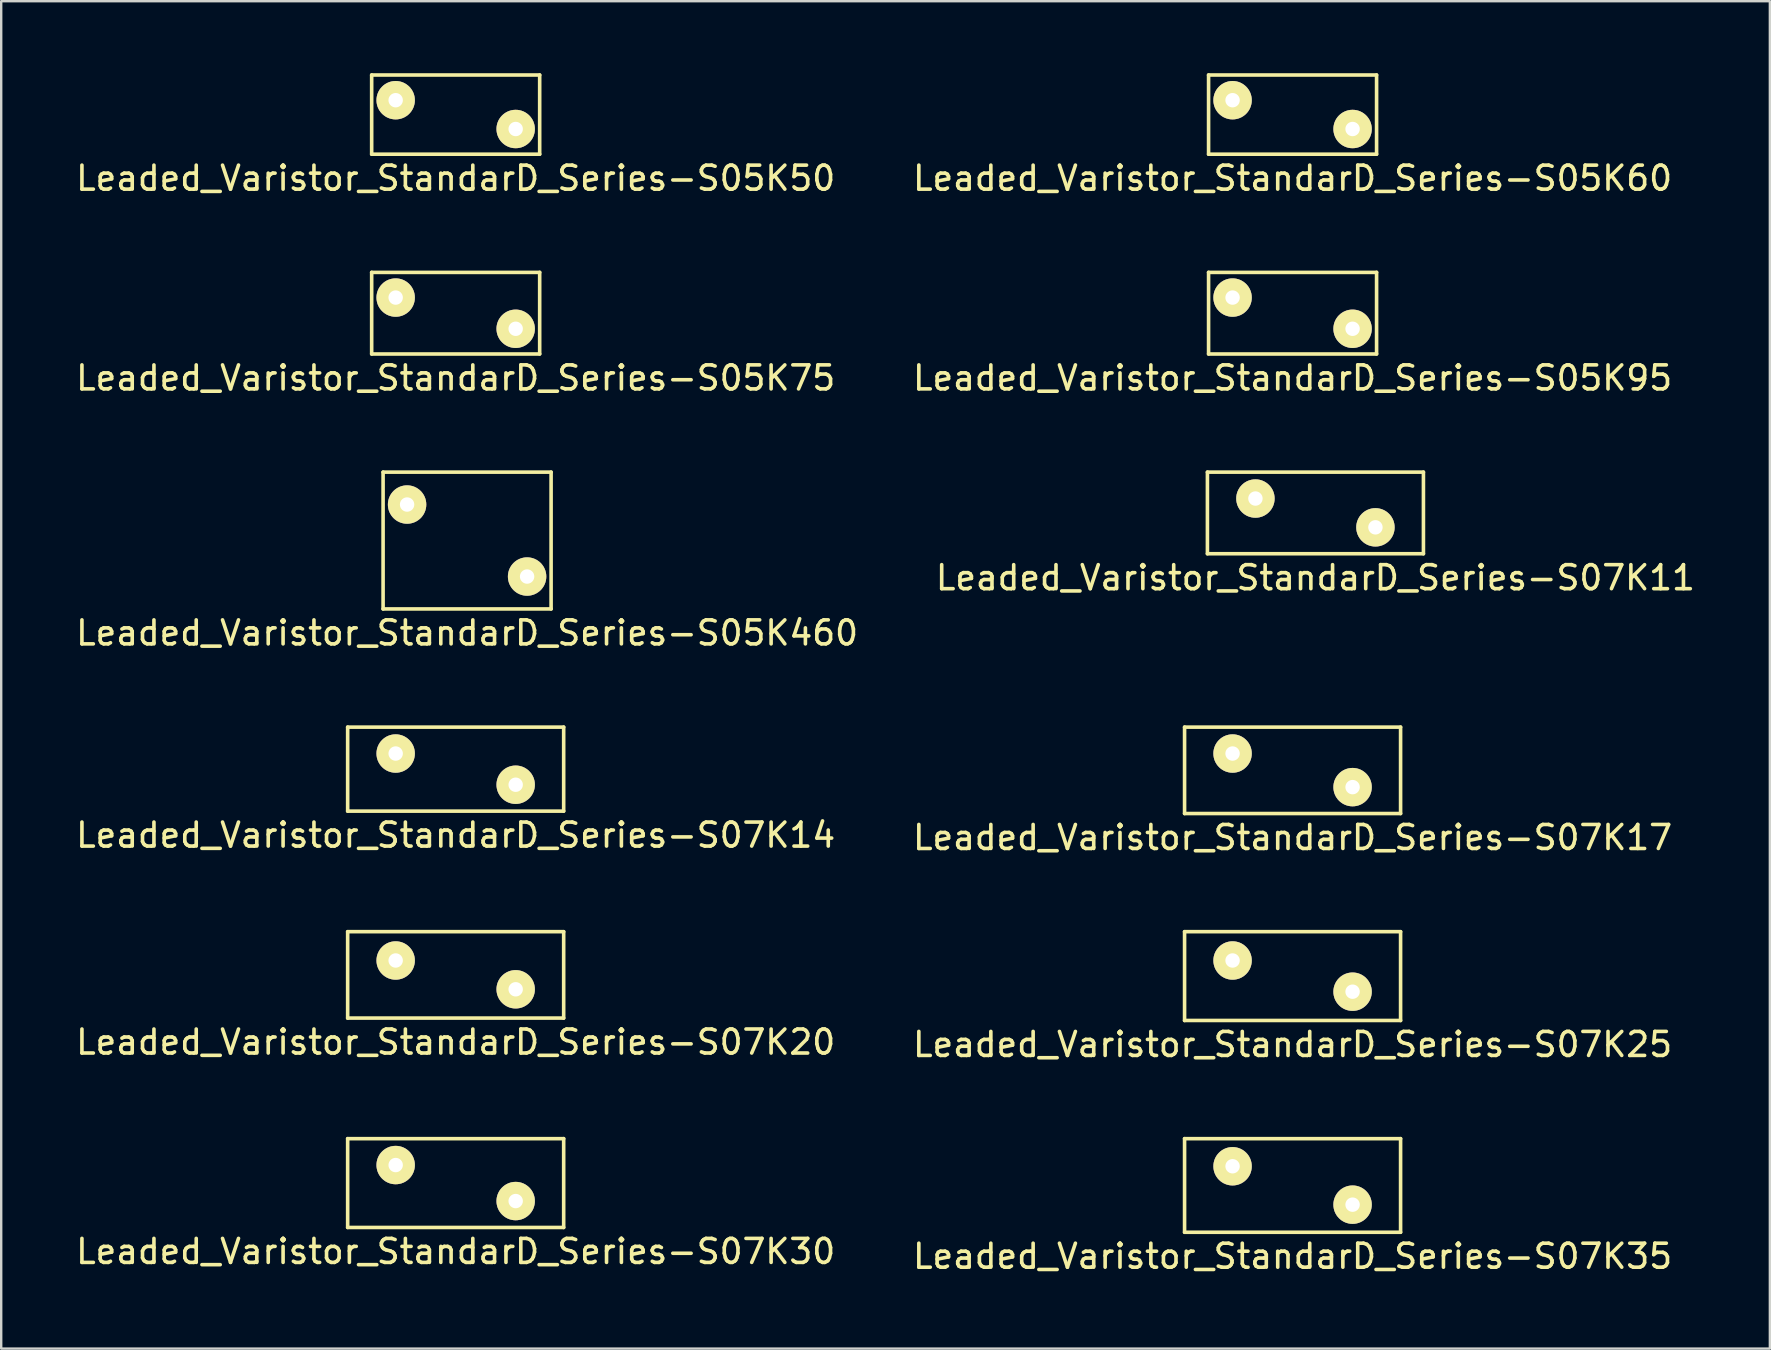
<source format=kicad_pcb>
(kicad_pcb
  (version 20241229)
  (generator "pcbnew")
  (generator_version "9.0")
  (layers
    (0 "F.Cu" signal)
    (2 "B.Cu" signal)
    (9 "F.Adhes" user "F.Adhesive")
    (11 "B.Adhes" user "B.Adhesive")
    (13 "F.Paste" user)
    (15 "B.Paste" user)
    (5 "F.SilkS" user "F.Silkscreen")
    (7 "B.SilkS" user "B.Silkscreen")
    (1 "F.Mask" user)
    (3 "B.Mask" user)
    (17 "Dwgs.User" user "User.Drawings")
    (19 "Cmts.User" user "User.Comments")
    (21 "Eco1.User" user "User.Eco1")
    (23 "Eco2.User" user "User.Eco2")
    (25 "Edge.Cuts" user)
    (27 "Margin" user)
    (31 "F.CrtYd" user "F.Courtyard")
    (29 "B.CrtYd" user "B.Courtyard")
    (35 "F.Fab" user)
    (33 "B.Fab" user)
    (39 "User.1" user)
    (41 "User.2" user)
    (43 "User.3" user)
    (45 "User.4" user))
  (footprint "Leaded_Varistor_StandarD_Series-S07K35"
    (layer "F.Cu")
    (at 48.304 45.541)
    (property "Reference" "Leaded_Varistor_StandarD_Series-S07K35" (at 2.5 3.75 0) (layer "F.SilkS") (effects (font (size 1 1) (thickness 0.15))))
    (attr through_hole)
    (fp_line (start -2 -1.15) (end -2 2.75) (stroke (width 0.15) (type solid)) (layer "F.SilkS"))
    (fp_line (start -2 -1.15) (end 7 -1.15) (stroke (width 0.15) (type solid)) (layer "F.SilkS"))
    (fp_line (start -2 2.75) (end 7 2.75) (stroke (width 0.15) (type solid)) (layer "F.SilkS"))
    (fp_line (start 7 -1.15) (end 7 2.75) (stroke (width 0.15) (type solid)) (layer "F.SilkS"))
    (pad "1" thru_hole circle (at 0 0) (size 1.6 1.6) (drill 0.6) (layers "*.Cu" "*.Mask" "F.SilkS"))
    (pad "2" thru_hole circle (at 5 1.6) (size 1.6 1.6) (drill 0.6) (layers "*.Cu" "*.Mask" "F.SilkS")))
  (footprint "Leaded_Varistor_StandarD_Series-S05K50"
    (layer "F.Cu")
    (at 13.435 1.125)
    (property "Reference" "Leaded_Varistor_StandarD_Series-S05K50" (at 2.5 3.25 0) (layer "F.SilkS") (effects (font (size 1 1) (thickness 0.15))))
    (attr through_hole)
    (fp_line (start -1 -1.05) (end -1 2.25) (stroke (width 0.15) (type solid)) (layer "F.SilkS"))
    (fp_line (start -1 -1.05) (end 6 -1.05) (stroke (width 0.15) (type solid)) (layer "F.SilkS"))
    (fp_line (start -1 2.25) (end 6 2.25) (stroke (width 0.15) (type solid)) (layer "F.SilkS"))
    (fp_line (start 6 -1.05) (end 6 2.25) (stroke (width 0.15) (type solid)) (layer "F.SilkS"))
    (pad "1" thru_hole circle (at 0 0) (size 1.6 1.6) (drill 0.6) (layers "*.Cu" "*.Mask" "F.SilkS"))
    (pad "2" thru_hole circle (at 5 1.2) (size 1.6 1.6) (drill 0.6) (layers "*.Cu" "*.Mask" "F.SilkS")))
  (footprint "Leaded_Varistor_StandarD_Series-S07K25"
    (layer "F.Cu")
    (at 48.304 36.968)
    (property "Reference" "Leaded_Varistor_StandarD_Series-S07K25" (at 2.5 3.5 0) (layer "F.SilkS") (effects (font (size 1 1) (thickness 0.15))))
    (attr through_hole)
    (fp_line (start -2 -1.2) (end -2 2.5) (stroke (width 0.15) (type solid)) (layer "F.SilkS"))
    (fp_line (start -2 -1.2) (end 7 -1.2) (stroke (width 0.15) (type solid)) (layer "F.SilkS"))
    (fp_line (start -2 2.5) (end 7 2.5) (stroke (width 0.15) (type solid)) (layer "F.SilkS"))
    (fp_line (start 7 -1.2) (end 7 2.5) (stroke (width 0.15) (type solid)) (layer "F.SilkS"))
    (pad "1" thru_hole circle (at 0 0) (size 1.6 1.6) (drill 0.6) (layers "*.Cu" "*.Mask" "F.SilkS"))
    (pad "2" thru_hole circle (at 5 1.3) (size 1.6 1.6) (drill 0.6) (layers "*.Cu" "*.Mask" "F.SilkS")))
  (footprint "Leaded_Varistor_StandarD_Series-S07K11"
    (layer "F.Cu")
    (at 49.256 17.721)
    (property "Reference" "Leaded_Varistor_StandarD_Series-S07K11" (at 2.5 3.3 0) (layer "F.SilkS") (effects (font (size 1 1) (thickness 0.15))))
    (attr through_hole)
    (fp_line (start -2 -1.1) (end -2 2.3) (stroke (width 0.15) (type solid)) (layer "F.SilkS"))
    (fp_line (start -2 -1.1) (end 7 -1.1) (stroke (width 0.15) (type solid)) (layer "F.SilkS"))
    (fp_line (start -2 2.3) (end 7 2.3) (stroke (width 0.15) (type solid)) (layer "F.SilkS"))
    (fp_line (start 7 -1.1) (end 7 2.3) (stroke (width 0.15) (type solid)) (layer "F.SilkS"))
    (pad "1" thru_hole circle (at 0 0) (size 1.6 1.6) (drill 0.6) (layers "*.Cu" "*.Mask" "F.SilkS"))
    (pad "2" thru_hole circle (at 5 1.2) (size 1.6 1.6) (drill 0.6) (layers "*.Cu" "*.Mask" "F.SilkS")))
  (footprint "Leaded_Varistor_StandarD_Series-S05K75"
    (layer "F.Cu")
    (at 13.435 9.348)
    (property "Reference" "Leaded_Varistor_StandarD_Series-S05K75" (at 2.5 3.35 0) (layer "F.SilkS") (effects (font (size 1 1) (thickness 0.15))))
    (attr through_hole)
    (fp_line (start -1 -1.05) (end -1 2.35) (stroke (width 0.15) (type solid)) (layer "F.SilkS"))
    (fp_line (start -1 -1.05) (end 6 -1.05) (stroke (width 0.15) (type solid)) (layer "F.SilkS"))
    (fp_line (start -1 2.35) (end 6 2.35) (stroke (width 0.15) (type solid)) (layer "F.SilkS"))
    (fp_line (start 6 -1.05) (end 6 2.35) (stroke (width 0.15) (type solid)) (layer "F.SilkS"))
    (pad "1" thru_hole circle (at 0 0) (size 1.6 1.6) (drill 0.6) (layers "*.Cu" "*.Mask" "F.SilkS"))
    (pad "2" thru_hole circle (at 5 1.3) (size 1.6 1.6) (drill 0.6) (layers "*.Cu" "*.Mask" "F.SilkS")))
  (footprint "Leaded_Varistor_StandarD_Series-S07K17"
    (layer "F.Cu")
    (at 48.304 28.345)
    (property "Reference" "Leaded_Varistor_StandarD_Series-S07K17" (at 2.5 3.5 0) (layer "F.SilkS") (effects (font (size 1 1) (thickness 0.15))))
    (attr through_hole)
    (fp_line (start -2 -1.1) (end -2 2.5) (stroke (width 0.15) (type solid)) (layer "F.SilkS"))
    (fp_line (start -2 -1.1) (end 7 -1.1) (stroke (width 0.15) (type solid)) (layer "F.SilkS"))
    (fp_line (start -2 2.5) (end 7 2.5) (stroke (width 0.15) (type solid)) (layer "F.SilkS"))
    (fp_line (start 7 -1.1) (end 7 2.5) (stroke (width 0.15) (type solid)) (layer "F.SilkS"))
    (pad "1" thru_hole circle (at 0 0) (size 1.6 1.6) (drill 0.6) (layers "*.Cu" "*.Mask" "F.SilkS"))
    (pad "2" thru_hole circle (at 5 1.4) (size 1.6 1.6) (drill 0.6) (layers "*.Cu" "*.Mask" "F.SilkS")))
  (footprint "Leaded_Varistor_StandarD_Series-S05K60"
    (layer "F.Cu")
    (at 48.304 1.125)
    (property "Reference" "Leaded_Varistor_StandarD_Series-S05K60" (at 2.5 3.25 0) (layer "F.SilkS") (effects (font (size 1 1) (thickness 0.15))))
    (attr through_hole)
    (fp_line (start -1 -1.05) (end -1 2.25) (stroke (width 0.15) (type solid)) (layer "F.SilkS"))
    (fp_line (start -1 -1.05) (end 6 -1.05) (stroke (width 0.15) (type solid)) (layer "F.SilkS"))
    (fp_line (start -1 2.25) (end 6 2.25) (stroke (width 0.15) (type solid)) (layer "F.SilkS"))
    (fp_line (start 6 -1.05) (end 6 2.25) (stroke (width 0.15) (type solid)) (layer "F.SilkS"))
    (pad "1" thru_hole circle (at 0 0) (size 1.6 1.6) (drill 0.6) (layers "*.Cu" "*.Mask" "F.SilkS"))
    (pad "2" thru_hole circle (at 5 1.2) (size 1.6 1.6) (drill 0.6) (layers "*.Cu" "*.Mask" "F.SilkS")))
  (footprint "Leaded_Varistor_StandarD_Series-S07K30"
    (layer "F.Cu")
    (at 13.435 45.491)
    (property "Reference" "Leaded_Varistor_StandarD_Series-S07K30" (at 2.5 3.6 0) (layer "F.SilkS") (effects (font (size 1 1) (thickness 0.15))))
    (attr through_hole)
    (fp_line (start -2 -1.1) (end -2 2.6) (stroke (width 0.15) (type solid)) (layer "F.SilkS"))
    (fp_line (start -2 -1.1) (end 7 -1.1) (stroke (width 0.15) (type solid)) (layer "F.SilkS"))
    (fp_line (start -2 2.6) (end 7 2.6) (stroke (width 0.15) (type solid)) (layer "F.SilkS"))
    (fp_line (start 7 -1.1) (end 7 2.6) (stroke (width 0.15) (type solid)) (layer "F.SilkS"))
    (pad "1" thru_hole circle (at 0 0) (size 1.6 1.6) (drill 0.6) (layers "*.Cu" "*.Mask" "F.SilkS"))
    (pad "2" thru_hole circle (at 5 1.5) (size 1.6 1.6) (drill 0.6) (layers "*.Cu" "*.Mask" "F.SilkS")))
  (footprint "Leaded_Varistor_StandarD_Series-S07K20"
    (layer "F.Cu")
    (at 13.435 36.968)
    (property "Reference" "Leaded_Varistor_StandarD_Series-S07K20" (at 2.5 3.4 0) (layer "F.SilkS") (effects (font (size 1 1) (thickness 0.15))))
    (attr through_hole)
    (fp_line (start -2 -1.2) (end -2 2.4) (stroke (width 0.15) (type solid)) (layer "F.SilkS"))
    (fp_line (start -2 -1.2) (end 7 -1.2) (stroke (width 0.15) (type solid)) (layer "F.SilkS"))
    (fp_line (start -2 2.4) (end 7 2.4) (stroke (width 0.15) (type solid)) (layer "F.SilkS"))
    (fp_line (start 7 -1.2) (end 7 2.4) (stroke (width 0.15) (type solid)) (layer "F.SilkS"))
    (pad "1" thru_hole circle (at 0 0) (size 1.6 1.6) (drill 0.6) (layers "*.Cu" "*.Mask" "F.SilkS"))
    (pad "2" thru_hole circle (at 5 1.2) (size 1.6 1.6) (drill 0.6) (layers "*.Cu" "*.Mask" "F.SilkS")))
  (footprint "Leaded_Varistor_StandarD_Series-S07K14"
    (layer "F.Cu")
    (at 13.435 28.345)
    (property "Reference" "Leaded_Varistor_StandarD_Series-S07K14" (at 2.5 3.4 0) (layer "F.SilkS") (effects (font (size 1 1) (thickness 0.15))))
    (attr through_hole)
    (fp_line (start -2 -1.1) (end -2 2.4) (stroke (width 0.15) (type solid)) (layer "F.SilkS"))
    (fp_line (start -2 -1.1) (end 7 -1.1) (stroke (width 0.15) (type solid)) (layer "F.SilkS"))
    (fp_line (start -2 2.4) (end 7 2.4) (stroke (width 0.15) (type solid)) (layer "F.SilkS"))
    (fp_line (start 7 -1.1) (end 7 2.4) (stroke (width 0.15) (type solid)) (layer "F.SilkS"))
    (pad "1" thru_hole circle (at 0 0) (size 1.6 1.6) (drill 0.6) (layers "*.Cu" "*.Mask" "F.SilkS"))
    (pad "2" thru_hole circle (at 5 1.3) (size 1.6 1.6) (drill 0.6) (layers "*.Cu" "*.Mask" "F.SilkS")))
  (footprint "Leaded_Varistor_StandarD_Series-S05K460"
    (layer "F.Cu")
    (at 13.911 17.971)
    (property "Reference" "Leaded_Varistor_StandarD_Series-S05K460" (at 2.5 5.35 0) (layer "F.SilkS") (effects (font (size 1 1) (thickness 0.15))))
    (attr through_hole)
    (fp_line (start -1 -1.35) (end -1 4.35) (stroke (width 0.15) (type solid)) (layer "F.SilkS"))
    (fp_line (start -1 -1.35) (end 6 -1.35) (stroke (width 0.15) (type solid)) (layer "F.SilkS"))
    (fp_line (start -1 4.35) (end 6 4.35) (stroke (width 0.15) (type solid)) (layer "F.SilkS"))
    (fp_line (start 6 -1.35) (end 6 4.35) (stroke (width 0.15) (type solid)) (layer "F.SilkS"))
    (pad "1" thru_hole circle (at 0 0) (size 1.6 1.6) (drill 0.6) (layers "*.Cu" "*.Mask" "F.SilkS"))
    (pad "2" thru_hole circle (at 5 3) (size 1.6 1.6) (drill 0.6) (layers "*.Cu" "*.Mask" "F.SilkS")))
  (footprint "Leaded_Varistor_StandarD_Series-S05K95"
    (layer "F.Cu")
    (at 48.304 9.348)
    (property "Reference" "Leaded_Varistor_StandarD_Series-S05K95" (at 2.5 3.35 0) (layer "F.SilkS") (effects (font (size 1 1) (thickness 0.15))))
    (attr through_hole)
    (fp_line (start -1 -1.05) (end -1 2.35) (stroke (width 0.15) (type solid)) (layer "F.SilkS"))
    (fp_line (start -1 -1.05) (end 6 -1.05) (stroke (width 0.15) (type solid)) (layer "F.SilkS"))
    (fp_line (start -1 2.35) (end 6 2.35) (stroke (width 0.15) (type solid)) (layer "F.SilkS"))
    (fp_line (start 6 -1.05) (end 6 2.35) (stroke (width 0.15) (type solid)) (layer "F.SilkS"))
    (pad "1" thru_hole circle (at 0 0) (size 1.6 1.6) (drill 0.6) (layers "*.Cu" "*.Mask" "F.SilkS"))
    (pad "2" thru_hole circle (at 5 1.3) (size 1.6 1.6) (drill 0.6) (layers "*.Cu" "*.Mask" "F.SilkS")))
  (gr_rect
    (start -3 -3)
    (end 70.69 53.139)
    (stroke (width 0.1) (type default))
    (fill no)
    (layer "Edge.Cuts")))
</source>
